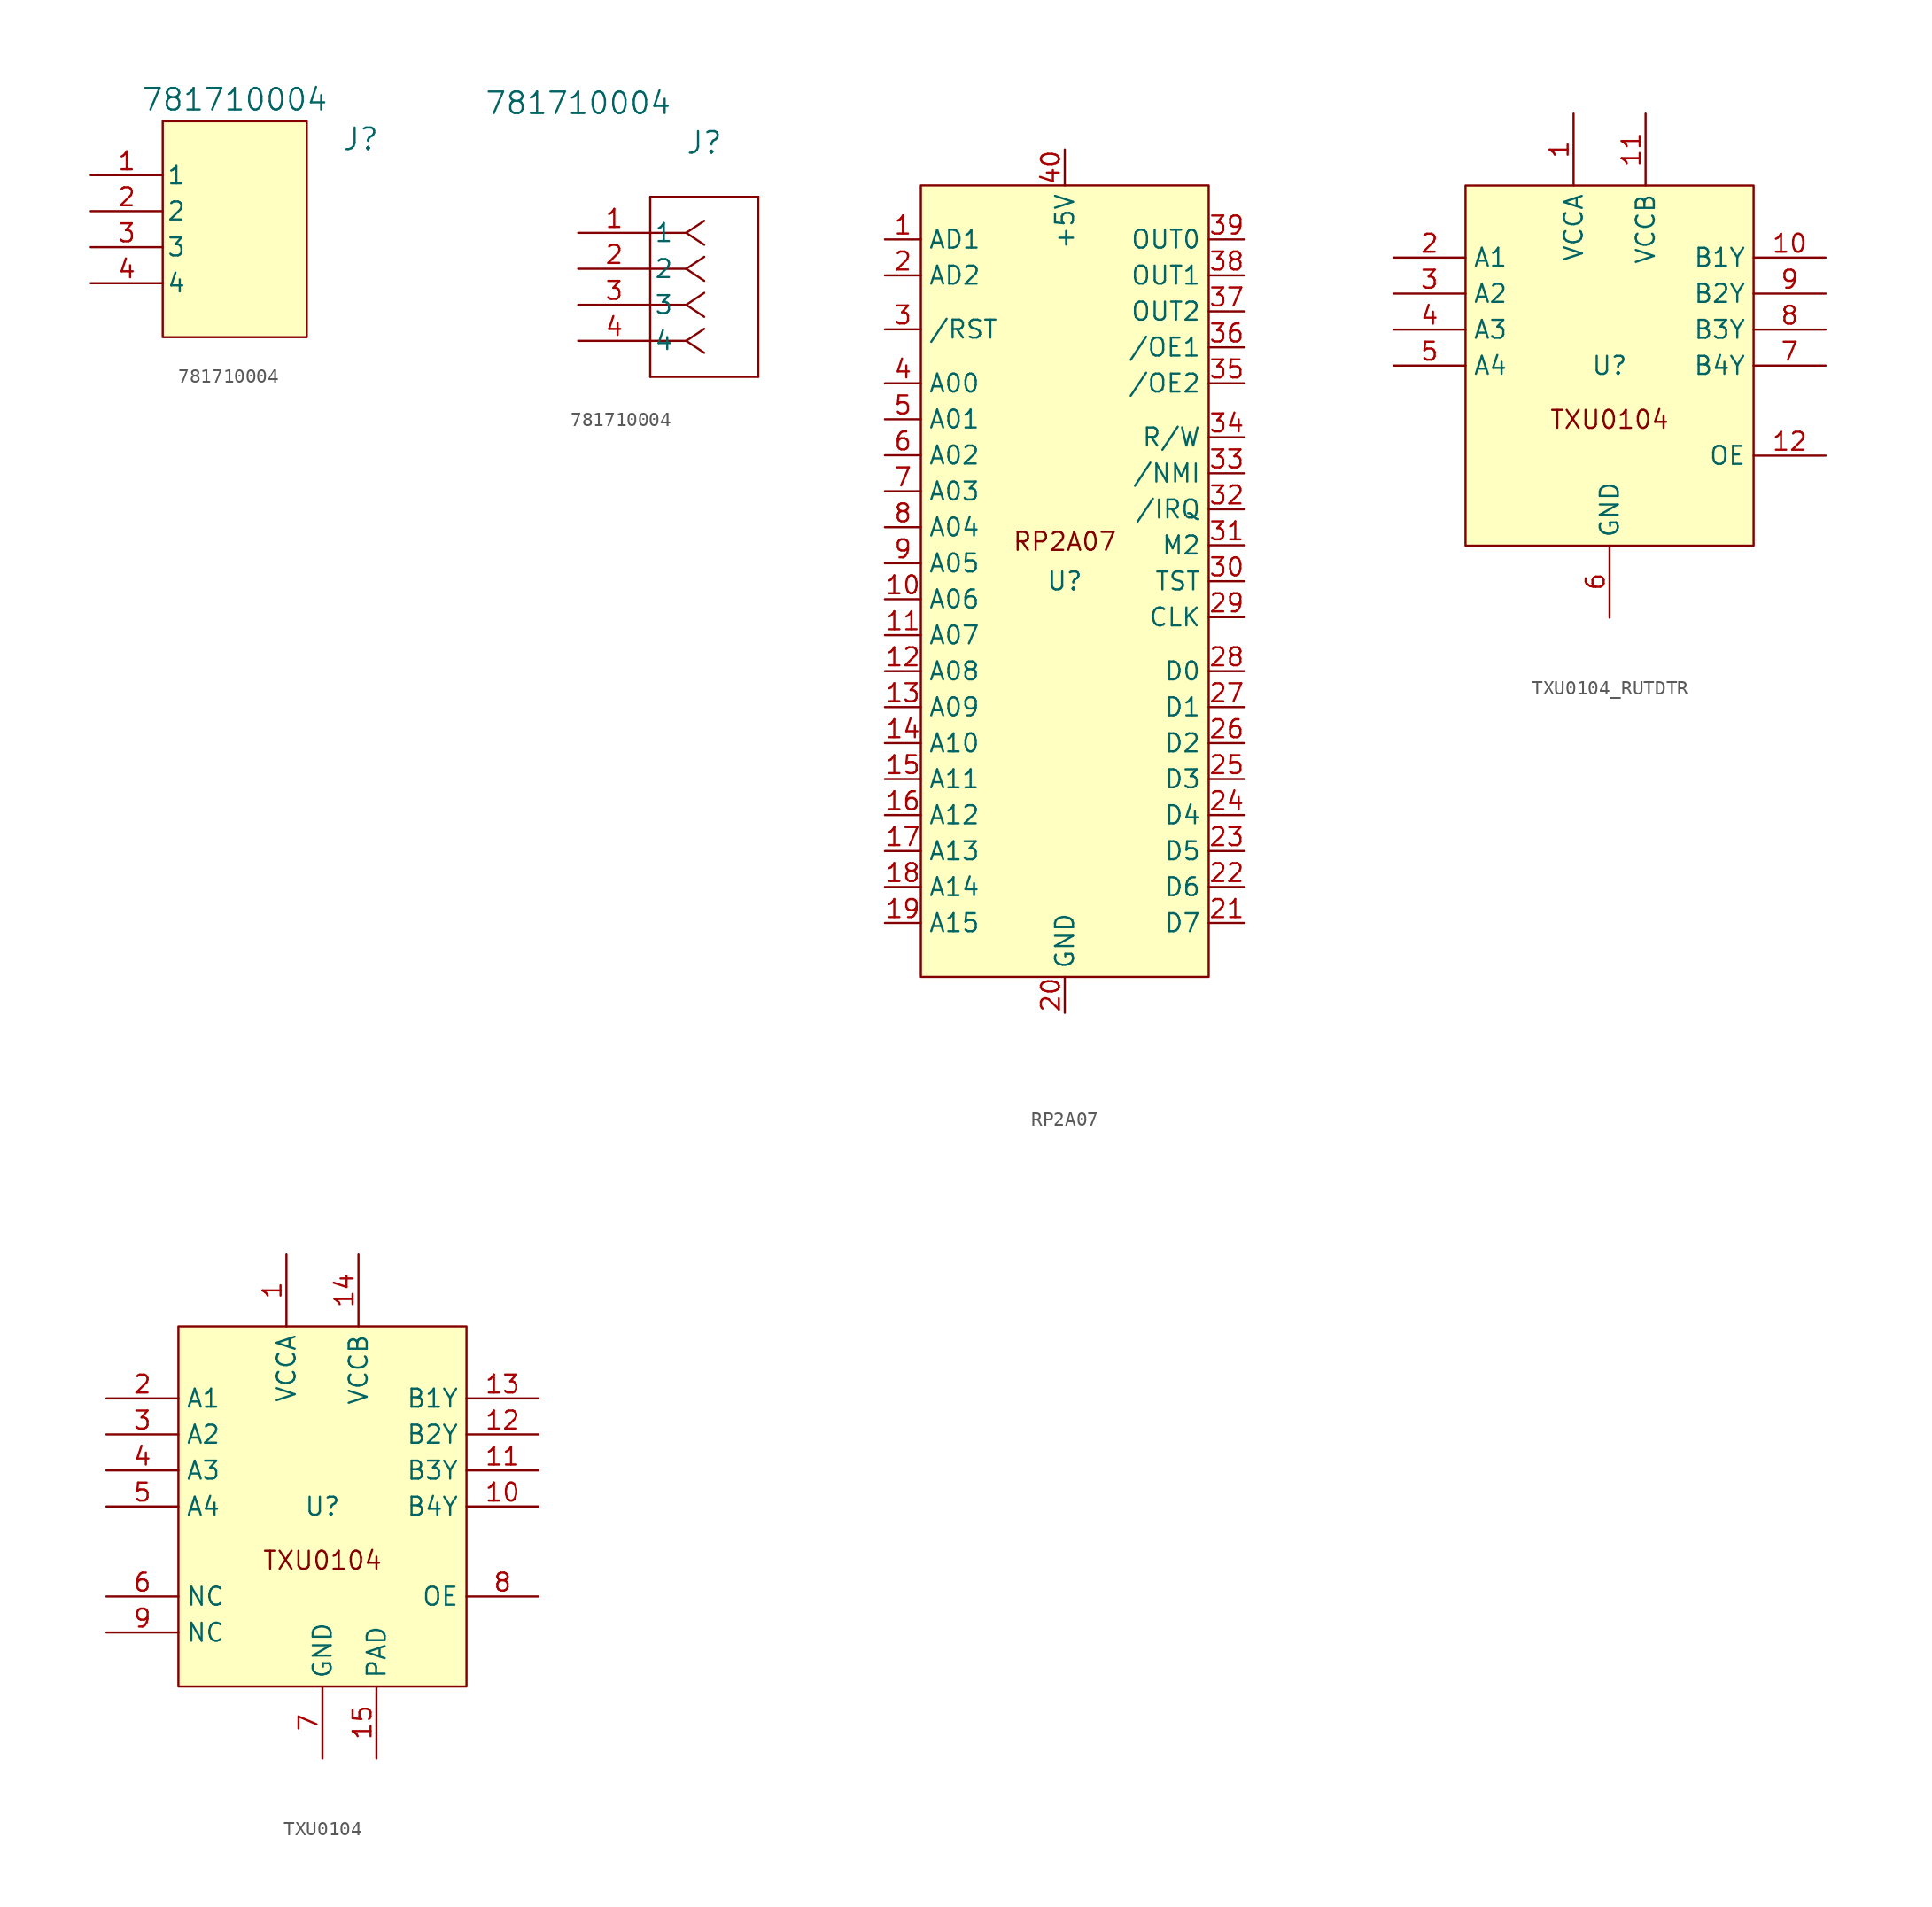
<source format=kicad_sym>
(kicad_symbol_lib
  (version 20241209)
  (generator "kicad_symbol_editor")
  (generator_version "9.0")
  (symbol "781710004"
    (pin_names
      (offset 0.254))
    (property "Reference" "J"
      (at 8.89 6.35 0)
      (effects (font (size 1.524 1.524))))
    (property "Value" "781710004"
      (at 0 9.144 0)
      (effects (font (size 1.524 1.524))))
    (property "ki_locked" ""
      (at 0 0 0)
      (effects (font (size 1.27 1.27))))
    (symbol "781710004_1_1"
      (rectangle (start -5.08 7.62) (end 5.08 -7.62) (stroke (width 0) (type solid)) (fill (type background)))
      (pin unspecified line (at -10.16 3.81 0) (length 5.08) (name "1" (effects (font (size 1.27 1.27)))) (number "1" (effects (font (size 1.27 1.27)))))
      (pin unspecified line (at -10.16 1.27 0) (length 5.08) (name "2" (effects (font (size 1.27 1.27)))) (number "2" (effects (font (size 1.27 1.27)))))
      (pin unspecified line (at -10.16 -1.27 0) (length 5.08) (name "3" (effects (font (size 1.27 1.27)))) (number "3" (effects (font (size 1.27 1.27)))))
      (pin unspecified line (at -10.16 -3.81 0) (length 5.08) (name "4" (effects (font (size 1.27 1.27)))) (number "4" (effects (font (size 1.27 1.27))))))
    (symbol "781710004_1_2"
      (polyline (pts (xy 5.08 2.54) (xy 5.08 -10.16)) (stroke (width 0) (type default)) (fill (type none)))
      (polyline (pts (xy 5.08 -10.16) (xy 12.7 -10.16)) (stroke (width 0) (type default)) (fill (type none)))
      (polyline (pts (xy 7.62 0) (xy 5.08 0)) (stroke (width 0) (type default)) (fill (type none)))
      (polyline (pts (xy 7.62 0) (xy 8.89 0.847)) (stroke (width 0) (type default)) (fill (type none)))
      (polyline (pts (xy 7.62 0) (xy 8.89 -0.847)) (stroke (width 0) (type default)) (fill (type none)))
      (polyline (pts (xy 7.62 -2.54) (xy 5.08 -2.54)) (stroke (width 0) (type default)) (fill (type none)))
      (polyline (pts (xy 7.62 -2.54) (xy 8.89 -1.693)) (stroke (width 0) (type default)) (fill (type none)))
      (polyline (pts (xy 7.62 -2.54) (xy 8.89 -3.387)) (stroke (width 0) (type default)) (fill (type none)))
      (polyline (pts (xy 7.62 -5.08) (xy 5.08 -5.08)) (stroke (width 0) (type default)) (fill (type none)))
      (polyline (pts (xy 7.62 -5.08) (xy 8.89 -4.233)) (stroke (width 0) (type default)) (fill (type none)))
      (polyline (pts (xy 7.62 -5.08) (xy 8.89 -5.927)) (stroke (width 0) (type default)) (fill (type none)))
      (polyline (pts (xy 7.62 -7.62) (xy 5.08 -7.62)) (stroke (width 0) (type default)) (fill (type none)))
      (polyline (pts (xy 7.62 -7.62) (xy 8.89 -6.773)) (stroke (width 0) (type default)) (fill (type none)))
      (polyline (pts (xy 7.62 -7.62) (xy 8.89 -8.467)) (stroke (width 0) (type default)) (fill (type none)))
      (polyline (pts (xy 12.7 2.54) (xy 5.08 2.54)) (stroke (width 0) (type default)) (fill (type none)))
      (polyline (pts (xy 12.7 -10.16) (xy 12.7 2.54)) (stroke (width 0) (type default)) (fill (type none)))
      (pin unspecified line (at 0 0 0) (length 5.08) (name "1" (effects (font (size 1.27 1.27)))) (number "1" (effects (font (size 1.27 1.27)))))
      (pin unspecified line (at 0 -2.54 0) (length 5.08) (name "2" (effects (font (size 1.27 1.27)))) (number "2" (effects (font (size 1.27 1.27)))))
      (pin unspecified line (at 0 -5.08 0) (length 5.08) (name "3" (effects (font (size 1.27 1.27)))) (number "3" (effects (font (size 1.27 1.27)))))
      (pin unspecified line (at 0 -7.62 0) (length 5.08) (name "4" (effects (font (size 1.27 1.27)))) (number "4" (effects (font (size 1.27 1.27)))))))
  (symbol "RP2A07"
    (property "Reference" "U"
      (at 0 0 0)
      (effects (font (size 1.27 1.27))))
    (property "Value" ""
      (at 0 0 0)
      (effects (font (size 1.27 1.27))))
    (symbol "RP2A07_1_0"
      (pin bidirectional line (at -12.7 6.35 0) (length 2.54) (name "A03" (effects (font (size 1.27 1.27)))) (number "7" (effects (font (size 1.27 1.27)))))
      (pin bidirectional line (at -12.7 3.81 0) (length 2.54) (name "A04" (effects (font (size 1.27 1.27)))) (number "8" (effects (font (size 1.27 1.27)))))
      (pin bidirectional line (at -12.7 1.27 0) (length 2.54) (name "A05" (effects (font (size 1.27 1.27)))) (number "9" (effects (font (size 1.27 1.27)))))
      (pin bidirectional line (at -12.7 -1.27 0) (length 2.54) (name "A06" (effects (font (size 1.27 1.27)))) (number "10" (effects (font (size 1.27 1.27)))))
      (pin bidirectional line (at -12.7 -3.81 0) (length 2.54) (name "A07" (effects (font (size 1.27 1.27)))) (number "11" (effects (font (size 1.27 1.27)))))
      (pin bidirectional line (at -12.7 -6.35 0) (length 2.54) (name "A08" (effects (font (size 1.27 1.27)))) (number "12" (effects (font (size 1.27 1.27)))))
      (pin bidirectional line (at -12.7 -8.89 0) (length 2.54) (name "A09" (effects (font (size 1.27 1.27)))) (number "13" (effects (font (size 1.27 1.27)))))
      (pin bidirectional line (at -12.7 -11.43 0) (length 2.54) (name "A10" (effects (font (size 1.27 1.27)))) (number "14" (effects (font (size 1.27 1.27)))))
      (pin bidirectional line (at -12.7 -13.97 0) (length 2.54) (name "A11" (effects (font (size 1.27 1.27)))) (number "15" (effects (font (size 1.27 1.27)))))
      (pin bidirectional line (at -12.7 -16.51 0) (length 2.54) (name "A12" (effects (font (size 1.27 1.27)))) (number "16" (effects (font (size 1.27 1.27)))))
      (pin bidirectional line (at -12.7 -19.05 0) (length 2.54) (name "A13" (effects (font (size 1.27 1.27)))) (number "17" (effects (font (size 1.27 1.27)))))
      (pin bidirectional line (at -12.7 -21.59 0) (length 2.54) (name "A14" (effects (font (size 1.27 1.27)))) (number "18" (effects (font (size 1.27 1.27)))))
      (pin bidirectional line (at -12.7 -24.13 0) (length 2.54) (name "A15" (effects (font (size 1.27 1.27)))) (number "19" (effects (font (size 1.27 1.27)))))
      (pin bidirectional line (at 0 30.48 270) (length 2.54) (name "+5V" (effects (font (size 1.27 1.27)))) (number "40" (effects (font (size 1.27 1.27)))))
      (pin bidirectional line (at 0 -30.48 90) (length 2.54) (name "GND" (effects (font (size 1.27 1.27)))) (number "20" (effects (font (size 1.27 1.27)))))
      (pin bidirectional line (at 12.7 24.13 180) (length 2.54) (name "OUT0" (effects (font (size 1.27 1.27)))) (number "39" (effects (font (size 1.27 1.27)))))
      (pin bidirectional line (at 12.7 21.59 180) (length 2.54) (name "OUT1" (effects (font (size 1.27 1.27)))) (number "38" (effects (font (size 1.27 1.27)))))
      (pin bidirectional line (at 12.7 19.05 180) (length 2.54) (name "OUT2" (effects (font (size 1.27 1.27)))) (number "37" (effects (font (size 1.27 1.27)))))
      (pin bidirectional line (at 12.7 16.51 180) (length 2.54) (name "/OE1" (effects (font (size 1.27 1.27)))) (number "36" (effects (font (size 1.27 1.27)))))
      (pin bidirectional line (at 12.7 13.97 180) (length 2.54) (name "/OE2" (effects (font (size 1.27 1.27)))) (number "35" (effects (font (size 1.27 1.27)))))
      (pin bidirectional line (at 12.7 10.16 180) (length 2.54) (name "R/W" (effects (font (size 1.27 1.27)))) (number "34" (effects (font (size 1.27 1.27)))))
      (pin bidirectional line (at 12.7 7.62 180) (length 2.54) (name "/NMI" (effects (font (size 1.27 1.27)))) (number "33" (effects (font (size 1.27 1.27)))))
      (pin bidirectional line (at 12.7 5.08 180) (length 2.54) (name "/IRQ" (effects (font (size 1.27 1.27)))) (number "32" (effects (font (size 1.27 1.27)))))
      (pin bidirectional line (at 12.7 2.54 180) (length 2.54) (name "M2" (effects (font (size 1.27 1.27)))) (number "31" (effects (font (size 1.27 1.27)))))
      (pin bidirectional line (at 12.7 0 180) (length 2.54) (name "TST" (effects (font (size 1.27 1.27)))) (number "30" (effects (font (size 1.27 1.27)))))
      (pin bidirectional line (at 12.7 -2.54 180) (length 2.54) (name "CLK" (effects (font (size 1.27 1.27)))) (number "29" (effects (font (size 1.27 1.27)))))
      (pin bidirectional line (at 12.7 -6.35 180) (length 2.54) (name "D0" (effects (font (size 1.27 1.27)))) (number "28" (effects (font (size 1.27 1.27)))))
      (pin bidirectional line (at 12.7 -8.89 180) (length 2.54) (name "D1" (effects (font (size 1.27 1.27)))) (number "27" (effects (font (size 1.27 1.27)))))
      (pin bidirectional line (at 12.7 -11.43 180) (length 2.54) (name "D2" (effects (font (size 1.27 1.27)))) (number "26" (effects (font (size 1.27 1.27)))))
      (pin bidirectional line (at 12.7 -13.97 180) (length 2.54) (name "D3" (effects (font (size 1.27 1.27)))) (number "25" (effects (font (size 1.27 1.27)))))
      (pin bidirectional line (at 12.7 -16.51 180) (length 2.54) (name "D4" (effects (font (size 1.27 1.27)))) (number "24" (effects (font (size 1.27 1.27)))))
      (pin bidirectional line (at 12.7 -19.05 180) (length 2.54) (name "D5" (effects (font (size 1.27 1.27)))) (number "23" (effects (font (size 1.27 1.27)))))
      (pin bidirectional line (at 12.7 -21.59 180) (length 2.54) (name "D6" (effects (font (size 1.27 1.27)))) (number "22" (effects (font (size 1.27 1.27)))))
      (pin bidirectional line (at 12.7 -24.13 180) (length 2.54) (name "D7" (effects (font (size 1.27 1.27)))) (number "21" (effects (font (size 1.27 1.27))))))
    (symbol "RP2A07_1_1"
      (rectangle (start -10.16 27.94) (end 10.16 -27.94) (stroke (width 0) (type solid)) (fill (type background)))
      (text "RP2A07" (at 0 2.794 0) (effects (font (size 1.27 1.27))))
      (pin bidirectional line (at -12.7 24.13 0) (length 2.54) (name "AD1" (effects (font (size 1.27 1.27)))) (number "1" (effects (font (size 1.27 1.27)))))
      (pin bidirectional line (at -12.7 21.59 0) (length 2.54) (name "AD2" (effects (font (size 1.27 1.27)))) (number "2" (effects (font (size 1.27 1.27)))))
      (pin bidirectional line (at -12.7 17.78 0) (length 2.54) (name "/RST" (effects (font (size 1.27 1.27)))) (number "3" (effects (font (size 1.27 1.27)))))
      (pin bidirectional line (at -12.7 13.97 0) (length 2.54) (name "A00" (effects (font (size 1.27 1.27)))) (number "4" (effects (font (size 1.27 1.27)))))
      (pin bidirectional line (at -12.7 11.43 0) (length 2.54) (name "A01" (effects (font (size 1.27 1.27)))) (number "5" (effects (font (size 1.27 1.27)))))
      (pin bidirectional line (at -12.7 8.89 0) (length 2.54) (name "A02" (effects (font (size 1.27 1.27)))) (number "6" (effects (font (size 1.27 1.27)))))))
  (symbol "TXU0104_RUTDTR"
    (property "Reference" "U"
      (at 0 0 0)
      (effects (font (size 1.27 1.27))))
    (property "Value" ""
      (at 0 0 0)
      (effects (font (size 1.27 1.27))))
    (symbol "TXU0104_RUTDTR_1_1"
      (rectangle (start -10.16 12.7) (end 10.16 -12.7) (stroke (width 0) (type solid)) (fill (type background)))
      (text "TXU0104" (at 0 -3.81 0) (effects (font (size 1.27 1.27))))
      (pin bidirectional line (at -15.24 7.62 0) (length 5.08) (name "A1" (effects (font (size 1.27 1.27)))) (number "2" (effects (font (size 1.27 1.27)))))
      (pin bidirectional line (at -15.24 5.08 0) (length 5.08) (name "A2" (effects (font (size 1.27 1.27)))) (number "3" (effects (font (size 1.27 1.27)))))
      (pin bidirectional line (at -15.24 2.54 0) (length 5.08) (name "A3" (effects (font (size 1.27 1.27)))) (number "4" (effects (font (size 1.27 1.27)))))
      (pin bidirectional line (at -15.24 0 0) (length 5.08) (name "A4" (effects (font (size 1.27 1.27)))) (number "5" (effects (font (size 1.27 1.27)))))
      (pin power_in line (at -2.54 17.78 270) (length 5.08) (name "VCCA" (effects (font (size 1.27 1.27)))) (number "1" (effects (font (size 1.27 1.27)))))
      (pin bidirectional line (at 0 -17.78 90) (length 5.08) (name "GND" (effects (font (size 1.27 1.27)))) (number "6" (effects (font (size 1.27 1.27)))))
      (pin power_in line (at 2.54 17.78 270) (length 5.08) (name "VCCB" (effects (font (size 1.27 1.27)))) (number "11" (effects (font (size 1.27 1.27)))))
      (pin bidirectional line (at 15.24 7.62 180) (length 5.08) (name "B1Y" (effects (font (size 1.27 1.27)))) (number "10" (effects (font (size 1.27 1.27)))))
      (pin bidirectional line (at 15.24 5.08 180) (length 5.08) (name "B2Y" (effects (font (size 1.27 1.27)))) (number "9" (effects (font (size 1.27 1.27)))))
      (pin bidirectional line (at 15.24 2.54 180) (length 5.08) (name "B3Y" (effects (font (size 1.27 1.27)))) (number "8" (effects (font (size 1.27 1.27)))))
      (pin bidirectional line (at 15.24 0 180) (length 5.08) (name "B4Y" (effects (font (size 1.27 1.27)))) (number "7" (effects (font (size 1.27 1.27)))))
      (pin bidirectional line (at 15.24 -6.35 180) (length 5.08) (name "OE" (effects (font (size 1.27 1.27)))) (number "12" (effects (font (size 1.27 1.27)))))))
  (symbol "TXU0104"
    (property "Reference" "U"
      (at 0 0 0)
      (effects (font (size 1.27 1.27))))
    (property "Value" ""
      (at 0 0 0)
      (effects (font (size 1.27 1.27))))
    (symbol "TXU0104_1_1"
      (rectangle (start -10.16 12.7) (end 10.16 -12.7) (stroke (width 0) (type solid)) (fill (type background)))
      (text "TXU0104" (at 0 -3.81 0) (effects (font (size 1.27 1.27))))
      (pin bidirectional line (at -15.24 7.62 0) (length 5.08) (name "A1" (effects (font (size 1.27 1.27)))) (number "2" (effects (font (size 1.27 1.27)))))
      (pin bidirectional line (at -15.24 5.08 0) (length 5.08) (name "A2" (effects (font (size 1.27 1.27)))) (number "3" (effects (font (size 1.27 1.27)))))
      (pin bidirectional line (at -15.24 2.54 0) (length 5.08) (name "A3" (effects (font (size 1.27 1.27)))) (number "4" (effects (font (size 1.27 1.27)))))
      (pin bidirectional line (at -15.24 0 0) (length 5.08) (name "A4" (effects (font (size 1.27 1.27)))) (number "5" (effects (font (size 1.27 1.27)))))
      (pin bidirectional line (at -15.24 -6.35 0) (length 5.08) (name "NC" (effects (font (size 1.27 1.27)))) (number "6" (effects (font (size 1.27 1.27)))))
      (pin bidirectional line (at -15.24 -8.89 0) (length 5.08) (name "NC" (effects (font (size 1.27 1.27)))) (number "9" (effects (font (size 1.27 1.27)))))
      (pin power_in line (at -2.54 17.78 270) (length 5.08) (name "VCCA" (effects (font (size 1.27 1.27)))) (number "1" (effects (font (size 1.27 1.27)))))
      (pin bidirectional line (at 0 -17.78 90) (length 5.08) (name "GND" (effects (font (size 1.27 1.27)))) (number "7" (effects (font (size 1.27 1.27)))))
      (pin power_in line (at 2.54 17.78 270) (length 5.08) (name "VCCB" (effects (font (size 1.27 1.27)))) (number "14" (effects (font (size 1.27 1.27)))))
      (pin bidirectional line (at 3.81 -17.78 90) (length 5.08) (name "PAD" (effects (font (size 1.27 1.27)))) (number "15" (effects (font (size 1.27 1.27)))))
      (pin bidirectional line (at 15.24 7.62 180) (length 5.08) (name "B1Y" (effects (font (size 1.27 1.27)))) (number "13" (effects (font (size 1.27 1.27)))))
      (pin bidirectional line (at 15.24 5.08 180) (length 5.08) (name "B2Y" (effects (font (size 1.27 1.27)))) (number "12" (effects (font (size 1.27 1.27)))))
      (pin bidirectional line (at 15.24 2.54 180) (length 5.08) (name "B3Y" (effects (font (size 1.27 1.27)))) (number "11" (effects (font (size 1.27 1.27)))))
      (pin bidirectional line (at 15.24 0 180) (length 5.08) (name "B4Y" (effects (font (size 1.27 1.27)))) (number "10" (effects (font (size 1.27 1.27)))))
      (pin bidirectional line (at 15.24 -6.35 180) (length 5.08) (name "OE" (effects (font (size 1.27 1.27)))) (number "8" (effects (font (size 1.27 1.27))))))))
</source>
